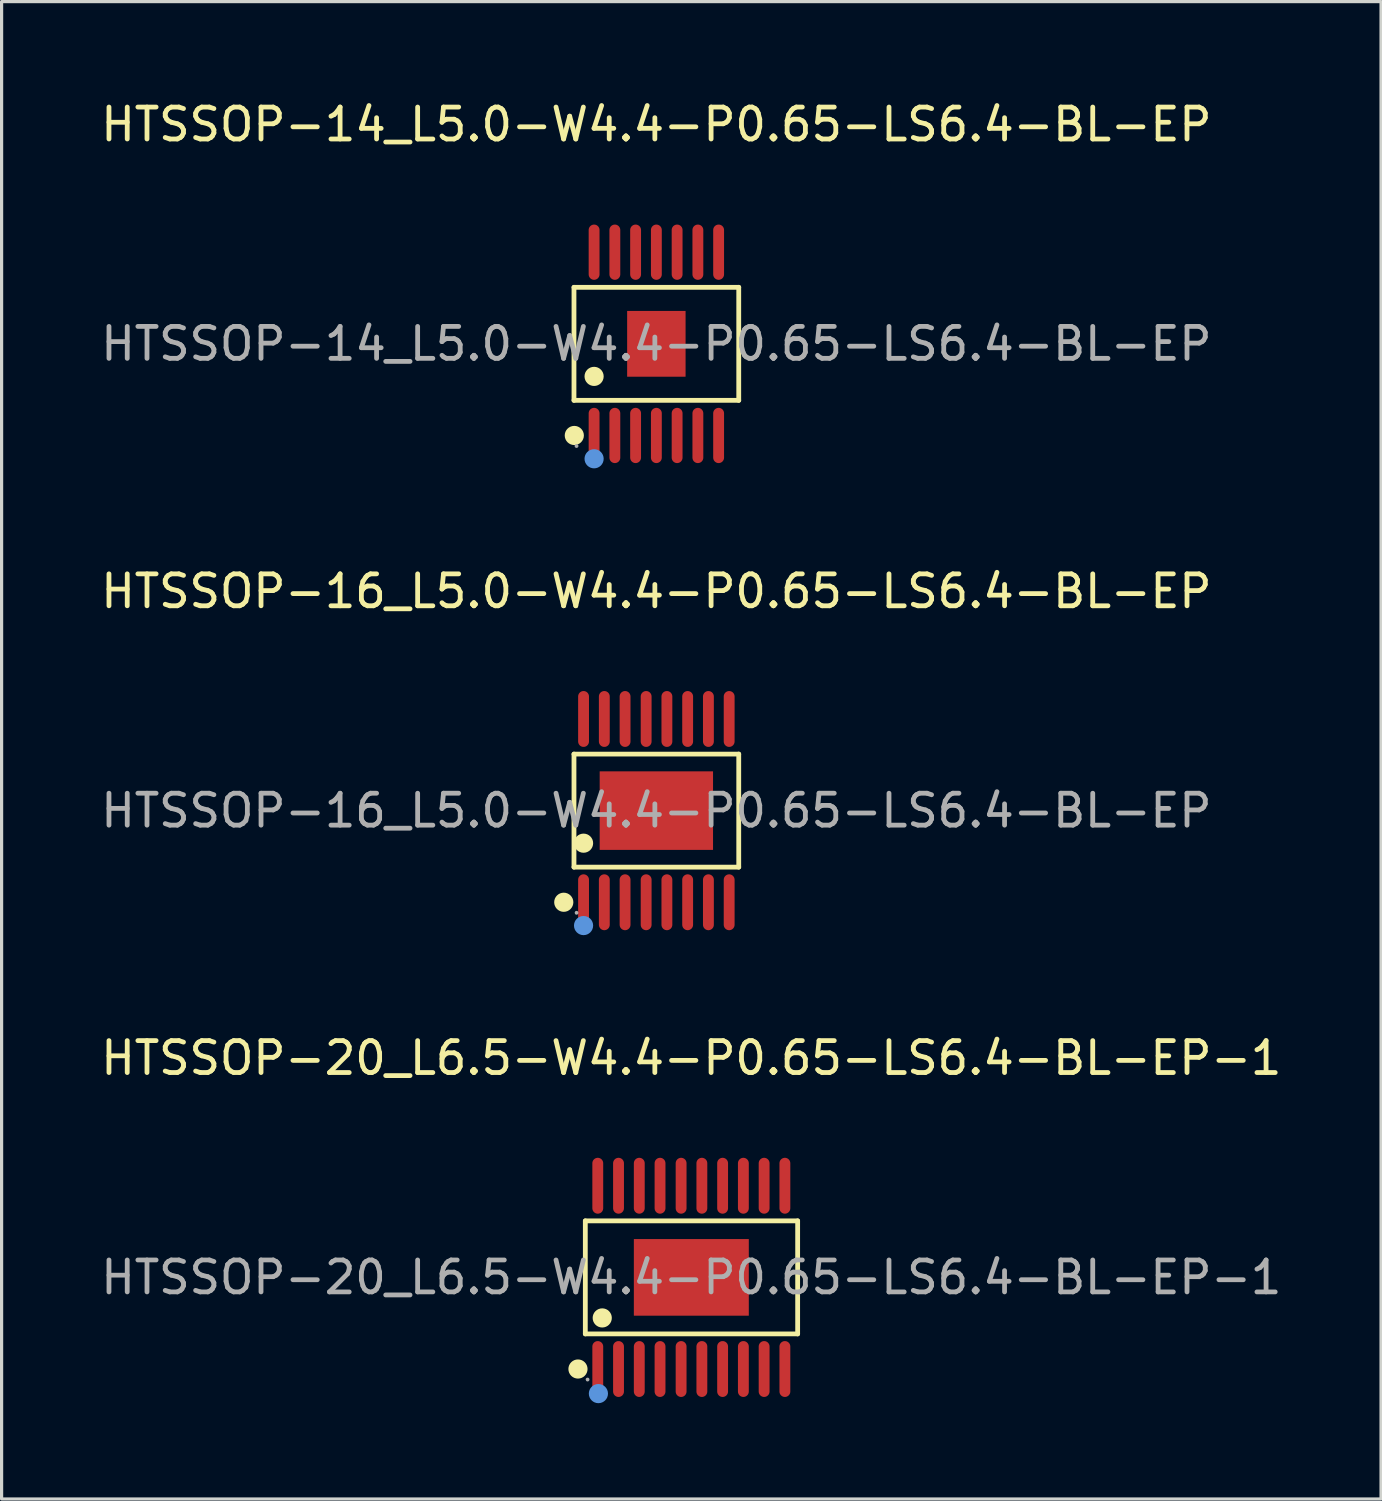
<source format=kicad_pcb>
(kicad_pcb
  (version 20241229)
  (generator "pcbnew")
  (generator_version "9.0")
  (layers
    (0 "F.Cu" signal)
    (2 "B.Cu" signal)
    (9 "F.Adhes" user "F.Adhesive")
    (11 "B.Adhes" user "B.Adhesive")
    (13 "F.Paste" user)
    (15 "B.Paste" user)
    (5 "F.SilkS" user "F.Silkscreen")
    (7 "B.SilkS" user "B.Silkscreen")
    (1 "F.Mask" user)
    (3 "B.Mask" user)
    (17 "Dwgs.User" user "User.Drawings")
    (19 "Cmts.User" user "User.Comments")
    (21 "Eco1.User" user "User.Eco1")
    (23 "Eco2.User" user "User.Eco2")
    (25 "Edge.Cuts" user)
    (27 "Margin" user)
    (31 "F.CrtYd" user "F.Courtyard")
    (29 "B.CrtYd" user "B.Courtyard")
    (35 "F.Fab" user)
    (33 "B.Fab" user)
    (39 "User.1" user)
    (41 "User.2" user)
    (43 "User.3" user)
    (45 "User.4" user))
  (footprint "HTSSOP-20_L6.5-W4.4-P0.65-LS6.4-BL-EP-1"
    (layer "F.Cu")
    (at 18.601 36.955)
    (property "Reference" "HTSSOP-20_L6.5-W4.4-P0.65-LS6.4-BL-EP-1" (at 0 -6.87 0) (layer "F.SilkS") (effects (font (size 1 1) (thickness 0.15))))
    (attr through_hole)
    (fp_line (start -3.32 -1.77) (end 3.33 -1.77) (stroke (width 0.15) (type solid)) (layer "F.SilkS"))
    (fp_line (start -3.32 1.77) (end -3.32 -1.77) (stroke (width 0.15) (type solid)) (layer "F.SilkS"))
    (fp_line (start 3.33 -1.77) (end 3.33 1.77) (stroke (width 0.15) (type solid)) (layer "F.SilkS"))
    (fp_line (start 3.33 1.77) (end -3.32 1.77) (stroke (width 0.15) (type solid)) (layer "F.SilkS"))
    (fp_circle (center -3.55 2.87) (end -3.4 2.87) (stroke (width 0.3) (type solid)) (fill no) (layer "F.SilkS"))
    (fp_circle (center -2.79 1.27) (end -2.64 1.27) (stroke (width 0.3) (type solid)) (fill no) (layer "F.SilkS"))
    (fp_circle (center -2.91 3.64) (end -2.76 3.64) (stroke (width 0.3) (type solid)) (fill no) (layer "Cmts.User"))
    (fp_circle (center -3.25 3.2) (end -3.22 3.2) (stroke (width 0.06) (type solid)) (fill no) (layer "F.Fab"))
    (fp_text user "${REFERENCE}" (at 0 0 0) (layer "F.Fab") (effects (font (size 1 1) (thickness 0.15))))
    (pad "1" smd oval (at -2.93 2.87) (size 0.34 1.75) (layers "F.Cu" "F.Mask" "F.Paste"))
    (pad "2" smd oval (at -2.28 2.87) (size 0.34 1.75) (layers "F.Cu" "F.Mask" "F.Paste"))
    (pad "3" smd oval (at -1.63 2.87) (size 0.34 1.75) (layers "F.Cu" "F.Mask" "F.Paste"))
    (pad "4" smd oval (at -0.98 2.87) (size 0.34 1.75) (layers "F.Cu" "F.Mask" "F.Paste"))
    (pad "5" smd oval (at -0.32 2.87) (size 0.34 1.75) (layers "F.Cu" "F.Mask" "F.Paste"))
    (pad "6" smd oval (at 0.33 2.87) (size 0.34 1.75) (layers "F.Cu" "F.Mask" "F.Paste"))
    (pad "7" smd oval (at 0.98 2.87) (size 0.34 1.75) (layers "F.Cu" "F.Mask" "F.Paste"))
    (pad "8" smd oval (at 1.63 2.87) (size 0.34 1.75) (layers "F.Cu" "F.Mask" "F.Paste"))
    (pad "9" smd oval (at 2.28 2.87) (size 0.34 1.75) (layers "F.Cu" "F.Mask" "F.Paste"))
    (pad "10" smd oval (at 2.93 2.87) (size 0.34 1.75) (layers "F.Cu" "F.Mask" "F.Paste"))
    (pad "11" smd oval (at 2.93 -2.87) (size 0.34 1.75) (layers "F.Cu" "F.Mask" "F.Paste"))
    (pad "12" smd oval (at 2.28 -2.87) (size 0.34 1.75) (layers "F.Cu" "F.Mask" "F.Paste"))
    (pad "13" smd oval (at 1.63 -2.87) (size 0.34 1.75) (layers "F.Cu" "F.Mask" "F.Paste"))
    (pad "14" smd oval (at 0.98 -2.87) (size 0.34 1.75) (layers "F.Cu" "F.Mask" "F.Paste"))
    (pad "15" smd oval (at 0.33 -2.87) (size 0.34 1.75) (layers "F.Cu" "F.Mask" "F.Paste"))
    (pad "16" smd oval (at -0.32 -2.87) (size 0.34 1.75) (layers "F.Cu" "F.Mask" "F.Paste"))
    (pad "17" smd oval (at -0.98 -2.87) (size 0.34 1.75) (layers "F.Cu" "F.Mask" "F.Paste"))
    (pad "18" smd oval (at -1.63 -2.87) (size 0.34 1.75) (layers "F.Cu" "F.Mask" "F.Paste"))
    (pad "19" smd oval (at -2.28 -2.87) (size 0.34 1.75) (layers "F.Cu" "F.Mask" "F.Paste"))
    (pad "20" smd oval (at -2.93 -2.87) (size 0.34 1.75) (layers "F.Cu" "F.Mask" "F.Paste"))
    (pad "21" smd rect (at 0 0) (size 3.6 2.4) (layers "F.Cu" "F.Mask" "F.Paste")))
  (footprint "HTSSOP-16_L5.0-W4.4-P0.65-LS6.4-BL-EP"
    (layer "F.Cu")
    (at 17.506 22.337)
    (property "Reference" "HTSSOP-16_L5.0-W4.4-P0.65-LS6.4-BL-EP" (at 0 -6.87 0) (layer "F.SilkS") (effects (font (size 1 1) (thickness 0.15))))
    (attr through_hole)
    (fp_line (start -2.58 -1.77) (end 2.58 -1.77) (stroke (width 0.15) (type solid)) (layer "F.SilkS"))
    (fp_line (start -2.58 1.77) (end -2.58 -1.77) (stroke (width 0.15) (type solid)) (layer "F.SilkS"))
    (fp_line (start 2.58 -1.77) (end 2.58 1.77) (stroke (width 0.15) (type solid)) (layer "F.SilkS"))
    (fp_line (start 2.58 1.77) (end -2.58 1.77) (stroke (width 0.15) (type solid)) (layer "F.SilkS"))
    (fp_circle (center -2.9 2.87) (end -2.75 2.87) (stroke (width 0.3) (type solid)) (fill no) (layer "F.SilkS"))
    (fp_circle (center -2.28 1.02) (end -2.13 1.02) (stroke (width 0.3) (type solid)) (fill no) (layer "F.SilkS"))
    (fp_circle (center -2.28 3.6) (end -2.13 3.6) (stroke (width 0.3) (type solid)) (fill no) (layer "Cmts.User"))
    (fp_circle (center -2.5 3.2) (end -2.47 3.2) (stroke (width 0.06) (type solid)) (fill no) (layer "F.Fab"))
    (fp_text user "${REFERENCE}" (at 0 0 0) (layer "F.Fab") (effects (font (size 1 1) (thickness 0.15))))
    (pad "1" smd oval (at -2.28 2.87) (size 0.34 1.75) (layers "F.Cu" "F.Mask" "F.Paste"))
    (pad "2" smd oval (at -1.63 2.87) (size 0.34 1.75) (layers "F.Cu" "F.Mask" "F.Paste"))
    (pad "3" smd oval (at -0.98 2.87) (size 0.34 1.75) (layers "F.Cu" "F.Mask" "F.Paste"))
    (pad "4" smd oval (at -0.32 2.87) (size 0.34 1.75) (layers "F.Cu" "F.Mask" "F.Paste"))
    (pad "5" smd oval (at 0.33 2.87) (size 0.34 1.75) (layers "F.Cu" "F.Mask" "F.Paste"))
    (pad "6" smd oval (at 0.98 2.87) (size 0.34 1.75) (layers "F.Cu" "F.Mask" "F.Paste"))
    (pad "7" smd oval (at 1.63 2.87) (size 0.34 1.75) (layers "F.Cu" "F.Mask" "F.Paste"))
    (pad "8" smd oval (at 2.28 2.87) (size 0.34 1.75) (layers "F.Cu" "F.Mask" "F.Paste"))
    (pad "9" smd oval (at 2.28 -2.87) (size 0.34 1.75) (layers "F.Cu" "F.Mask" "F.Paste"))
    (pad "10" smd oval (at 1.63 -2.87) (size 0.34 1.75) (layers "F.Cu" "F.Mask" "F.Paste"))
    (pad "11" smd oval (at 0.98 -2.87) (size 0.34 1.75) (layers "F.Cu" "F.Mask" "F.Paste"))
    (pad "12" smd oval (at 0.33 -2.87) (size 0.34 1.75) (layers "F.Cu" "F.Mask" "F.Paste"))
    (pad "13" smd oval (at -0.32 -2.87) (size 0.34 1.75) (layers "F.Cu" "F.Mask" "F.Paste"))
    (pad "14" smd oval (at -0.98 -2.87) (size 0.34 1.75) (layers "F.Cu" "F.Mask" "F.Paste"))
    (pad "15" smd oval (at -1.63 -2.87) (size 0.34 1.75) (layers "F.Cu" "F.Mask" "F.Paste"))
    (pad "16" smd oval (at -2.28 -2.87) (size 0.34 1.75) (layers "F.Cu" "F.Mask" "F.Paste"))
    (pad "17" smd rect (at 0 0) (size 3.55 2.46) (layers "F.Cu" "F.Mask" "F.Paste")))
  (footprint "HTSSOP-14_L5.0-W4.4-P0.65-LS6.4-BL-EP"
    (layer "F.Cu")
    (at 17.506 7.718)
    (property "Reference" "HTSSOP-14_L5.0-W4.4-P0.65-LS6.4-BL-EP" (at 0 -6.87 0) (layer "F.SilkS") (effects (font (size 1 1) (thickness 0.15))))
    (attr through_hole)
    (fp_line (start -2.58 -1.77) (end 2.58 -1.77) (stroke (width 0.15) (type solid)) (layer "F.SilkS"))
    (fp_line (start -2.58 1.77) (end -2.58 -1.77) (stroke (width 0.15) (type solid)) (layer "F.SilkS"))
    (fp_line (start 2.58 -1.77) (end 2.58 1.77) (stroke (width 0.15) (type solid)) (layer "F.SilkS"))
    (fp_line (start 2.58 1.77) (end -2.58 1.77) (stroke (width 0.15) (type solid)) (layer "F.SilkS"))
    (fp_circle (center -2.57 2.87) (end -2.42 2.87) (stroke (width 0.3) (type solid)) (fill no) (layer "F.SilkS"))
    (fp_circle (center -1.95 1.02) (end -1.8 1.02) (stroke (width 0.3) (type solid)) (fill no) (layer "F.SilkS"))
    (fp_circle (center -1.95 3.6) (end -1.8 3.6) (stroke (width 0.3) (type solid)) (fill no) (layer "Cmts.User"))
    (fp_circle (center -2.5 3.2) (end -2.47 3.2) (stroke (width 0.06) (type solid)) (fill no) (layer "F.Fab"))
    (fp_text user "${REFERENCE}" (at 0 0 0) (layer "F.Fab") (effects (font (size 1 1) (thickness 0.15))))
    (pad "1" smd oval (at -1.95 2.87) (size 0.34 1.73) (layers "F.Cu" "F.Mask" "F.Paste"))
    (pad "2" smd oval (at -1.3 2.87) (size 0.34 1.73) (layers "F.Cu" "F.Mask" "F.Paste"))
    (pad "3" smd oval (at -0.65 2.87) (size 0.34 1.73) (layers "F.Cu" "F.Mask" "F.Paste"))
    (pad "4" smd oval (at 0 2.87) (size 0.34 1.73) (layers "F.Cu" "F.Mask" "F.Paste"))
    (pad "5" smd oval (at 0.65 2.87) (size 0.34 1.73) (layers "F.Cu" "F.Mask" "F.Paste"))
    (pad "6" smd oval (at 1.3 2.87) (size 0.34 1.73) (layers "F.Cu" "F.Mask" "F.Paste"))
    (pad "7" smd oval (at 1.95 2.87) (size 0.34 1.73) (layers "F.Cu" "F.Mask" "F.Paste"))
    (pad "8" smd oval (at 1.95 -2.87) (size 0.34 1.73) (layers "F.Cu" "F.Mask" "F.Paste"))
    (pad "9" smd oval (at 1.3 -2.87) (size 0.34 1.73) (layers "F.Cu" "F.Mask" "F.Paste"))
    (pad "10" smd oval (at 0.65 -2.87) (size 0.34 1.73) (layers "F.Cu" "F.Mask" "F.Paste"))
    (pad "11" smd oval (at 0 -2.87) (size 0.34 1.73) (layers "F.Cu" "F.Mask" "F.Paste"))
    (pad "12" smd oval (at -0.65 -2.87) (size 0.34 1.73) (layers "F.Cu" "F.Mask" "F.Paste"))
    (pad "13" smd oval (at -1.3 -2.87) (size 0.34 1.73) (layers "F.Cu" "F.Mask" "F.Paste"))
    (pad "14" smd oval (at -1.95 -2.87) (size 0.34 1.73) (layers "F.Cu" "F.Mask" "F.Paste"))
    (pad "15" smd rect (at 0 0) (size 1.83 2.06) (layers "F.Cu" "F.Mask" "F.Paste")))
  (gr_rect
    (start -3 -3)
    (end 40.202 43.895)
    (stroke (width 0.1) (type default))
    (fill no)
    (layer "Edge.Cuts")))
</source>
